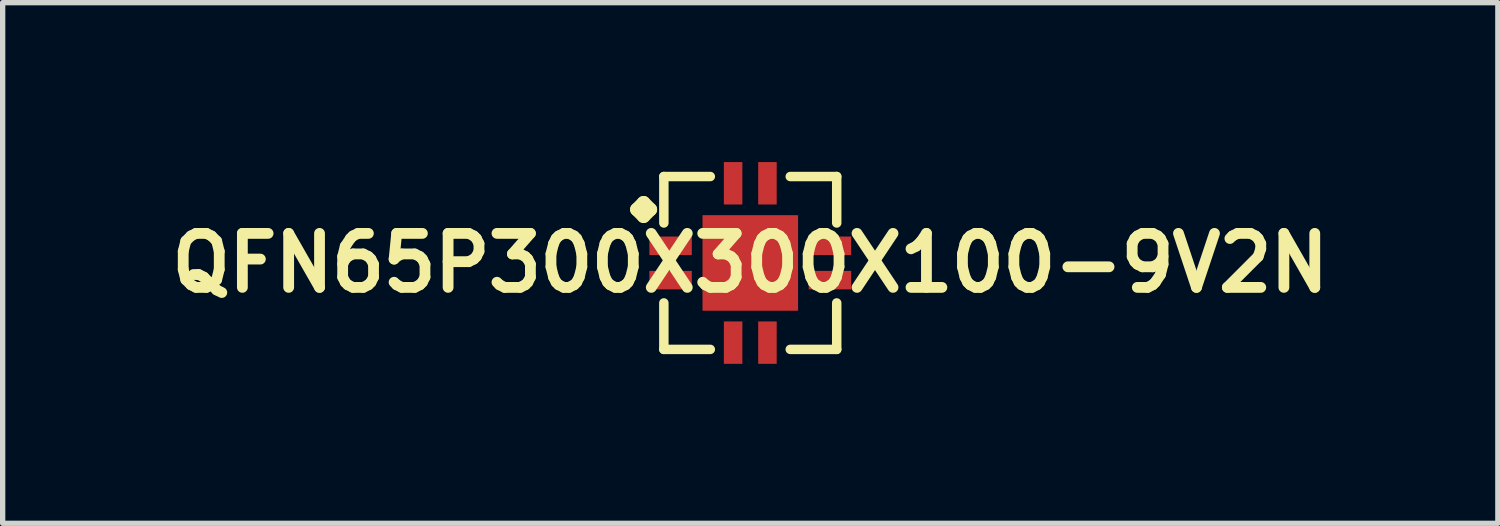
<source format=kicad_pcb>
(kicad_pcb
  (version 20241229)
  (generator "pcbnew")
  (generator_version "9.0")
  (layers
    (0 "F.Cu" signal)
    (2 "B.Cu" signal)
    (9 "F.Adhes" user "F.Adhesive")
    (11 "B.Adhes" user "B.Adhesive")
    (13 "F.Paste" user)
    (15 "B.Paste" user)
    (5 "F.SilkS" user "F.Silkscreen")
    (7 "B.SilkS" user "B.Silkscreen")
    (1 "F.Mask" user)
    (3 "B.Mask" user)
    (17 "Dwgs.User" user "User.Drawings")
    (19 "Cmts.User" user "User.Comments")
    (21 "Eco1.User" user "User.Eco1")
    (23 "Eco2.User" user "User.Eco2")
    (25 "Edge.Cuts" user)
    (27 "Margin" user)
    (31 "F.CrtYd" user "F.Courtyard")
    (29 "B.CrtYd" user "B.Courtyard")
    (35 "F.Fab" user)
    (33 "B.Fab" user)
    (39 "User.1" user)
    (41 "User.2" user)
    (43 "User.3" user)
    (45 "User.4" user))
  (footprint "QFN65P300X300X100-9V2N"
    (layer "F.Cu")
    (at 11.065 1.897)
    (property "Reference" "QFN65P300X300X100-9V2N" (at 0 0 0) (layer "F.SilkS") (effects (font (size 1.016 1.016) (thickness 0.203))))
    (attr smd)
    (fp_line (start -2.134 -1.006) (end -2.007 -1.133) (stroke (width 0.254) (type solid)) (layer "F.SilkS"))
    (fp_line (start -2.007 -1.133) (end -1.88 -1.006) (stroke (width 0.254) (type solid)) (layer "F.SilkS"))
    (fp_line (start -2.007 -0.879) (end -2.134 -1.006) (stroke (width 0.254) (type solid)) (layer "F.SilkS"))
    (fp_line (start -1.88 -1.006) (end -2.007 -0.879) (stroke (width 0.254) (type solid)) (layer "F.SilkS"))
    (fp_line (start -1.626 -1.626) (end -0.752 -1.626) (stroke (width 0.178) (type solid)) (layer "F.SilkS"))
    (fp_line (start -1.626 -0.752) (end -1.626 -1.626) (stroke (width 0.178) (type solid)) (layer "F.SilkS"))
    (fp_line (start -1.626 0.752) (end -1.626 1.626) (stroke (width 0.178) (type solid)) (layer "F.SilkS"))
    (fp_line (start -1.626 1.626) (end -0.752 1.626) (stroke (width 0.178) (type solid)) (layer "F.SilkS"))
    (fp_line (start 0.752 -1.626) (end 1.626 -1.626) (stroke (width 0.178) (type solid)) (layer "F.SilkS"))
    (fp_line (start 0.752 1.626) (end 1.626 1.626) (stroke (width 0.178) (type solid)) (layer "F.SilkS"))
    (fp_line (start 1.626 -1.626) (end 1.626 -0.752) (stroke (width 0.178) (type solid)) (layer "F.SilkS"))
    (fp_line (start 1.626 1.626) (end 1.626 0.752) (stroke (width 0.178) (type solid)) (layer "F.SilkS"))
    (pad "1" smd rect (at -1.499 -0.323) (size 0.798 0.348) (layers "F.Cu" "F.Mask" "F.Paste"))
    (pad "2" smd rect (at -1.499 0.323) (size 0.798 0.348) (layers "F.Cu" "F.Mask" "F.Paste"))
    (pad "3" smd rect (at -0.323 1.499) (size 0.348 0.798) (layers "F.Cu" "F.Mask" "F.Paste"))
    (pad "4" smd rect (at 0.323 1.499) (size 0.348 0.798) (layers "F.Cu" "F.Mask" "F.Paste"))
    (pad "5" smd rect (at 1.499 0.323) (size 0.798 0.348) (layers "F.Cu" "F.Mask" "F.Paste"))
    (pad "6" smd rect (at 1.499 -0.323) (size 0.798 0.348) (layers "F.Cu" "F.Mask" "F.Paste"))
    (pad "7" smd rect (at 0.323 -1.499) (size 0.348 0.798) (layers "F.Cu" "F.Mask" "F.Paste"))
    (pad "8" smd rect (at -0.323 -1.499) (size 0.348 0.798) (layers "F.Cu" "F.Mask" "F.Paste"))
    (pad "9" smd rect (at 0 0) (size 1.798 1.798) (layers "F.Cu" "F.Mask" "F.Paste")))
  (gr_rect
    (start -3 -3)
    (end 25.129 6.795)
    (stroke (width 0.1) (type default))
    (fill no)
    (layer "Edge.Cuts")))
</source>
